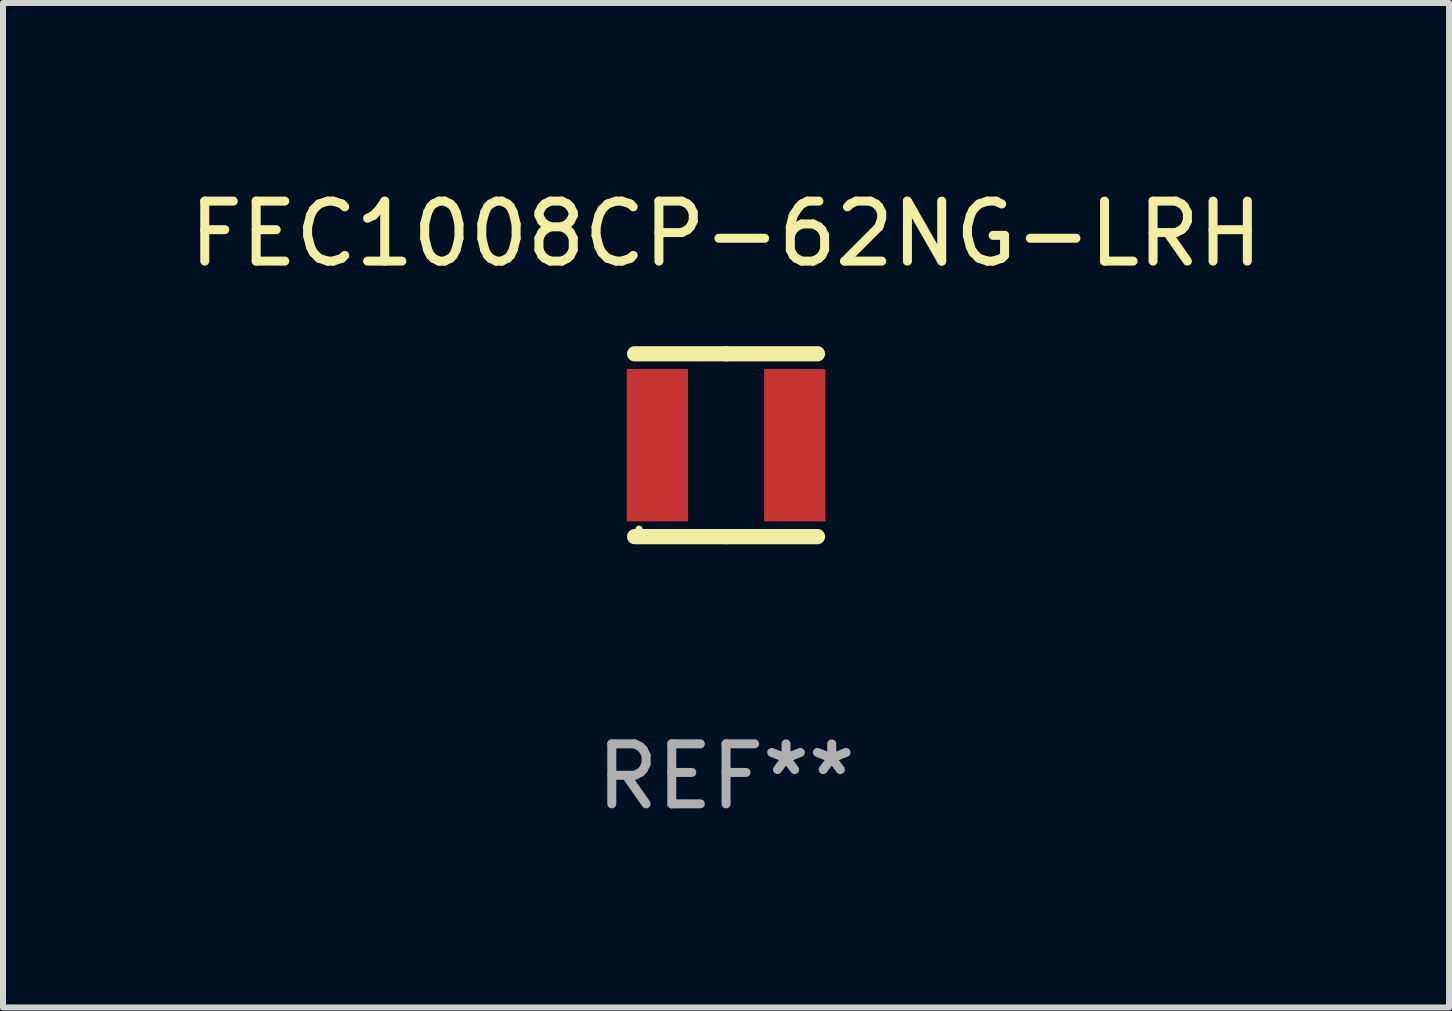
<source format=kicad_pcb>
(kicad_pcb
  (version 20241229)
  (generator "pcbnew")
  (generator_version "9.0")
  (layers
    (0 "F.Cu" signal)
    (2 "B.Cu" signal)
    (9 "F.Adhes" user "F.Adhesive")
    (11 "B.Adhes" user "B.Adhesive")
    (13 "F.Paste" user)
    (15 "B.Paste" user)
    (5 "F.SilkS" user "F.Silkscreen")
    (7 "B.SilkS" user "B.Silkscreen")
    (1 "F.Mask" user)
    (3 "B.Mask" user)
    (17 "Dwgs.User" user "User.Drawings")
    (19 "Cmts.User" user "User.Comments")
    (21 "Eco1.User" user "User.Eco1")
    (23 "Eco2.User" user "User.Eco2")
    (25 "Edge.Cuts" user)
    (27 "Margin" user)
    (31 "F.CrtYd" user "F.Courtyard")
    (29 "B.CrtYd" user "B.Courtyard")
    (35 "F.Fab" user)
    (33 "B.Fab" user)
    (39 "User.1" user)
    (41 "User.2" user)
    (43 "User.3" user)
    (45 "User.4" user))
  (footprint "FEC1008CP-62NG-LRH"
    (layer "F.Cu")
    (at 9.054 4.372)
    (property "Reference" "FEC1008CP-62NG-LRH" (at 0 -3.524 0) (layer "F.SilkS") (effects (font (size 1 1) (thickness 0.15))))
    (attr through_hole)
    (fp_line (start -1.524 -1.524) (end 0 -1.524) (stroke (width 0.254) (type solid)) (layer "F.SilkS"))
    (fp_line (start 0 -1.524) (end 1.524 -1.524) (stroke (width 0.254) (type solid)) (layer "F.SilkS"))
    (fp_line (start 0 1.524) (end -1.524 1.524) (stroke (width 0.254) (type solid)) (layer "F.SilkS"))
    (fp_line (start 1.524 1.524) (end 0 1.524) (stroke (width 0.254) (type solid)) (layer "F.SilkS"))
    (fp_circle (center -1.45 1.4) (end -1.42 1.4) (stroke (width 0.06) (type solid)) (fill no) (layer "F.SilkS"))
    (fp_text user "REF**" (at 0 5.524 0) (layer "F.Fab") (effects (font (size 1 1) (thickness 0.15))))
    (pad "1" smd rect (at -1.145 0) (size 1.02 2.54) (layers "F.Cu" "F.Mask" "F.Paste"))
    (pad "2" smd rect (at 1.145 0) (size 1.02 2.54) (layers "F.Cu" "F.Mask" "F.Paste")))
  (gr_rect
    (start -3 -3)
    (end 21.107 13.745)
    (stroke (width 0.1) (type default))
    (fill no)
    (layer "Edge.Cuts")))
</source>
